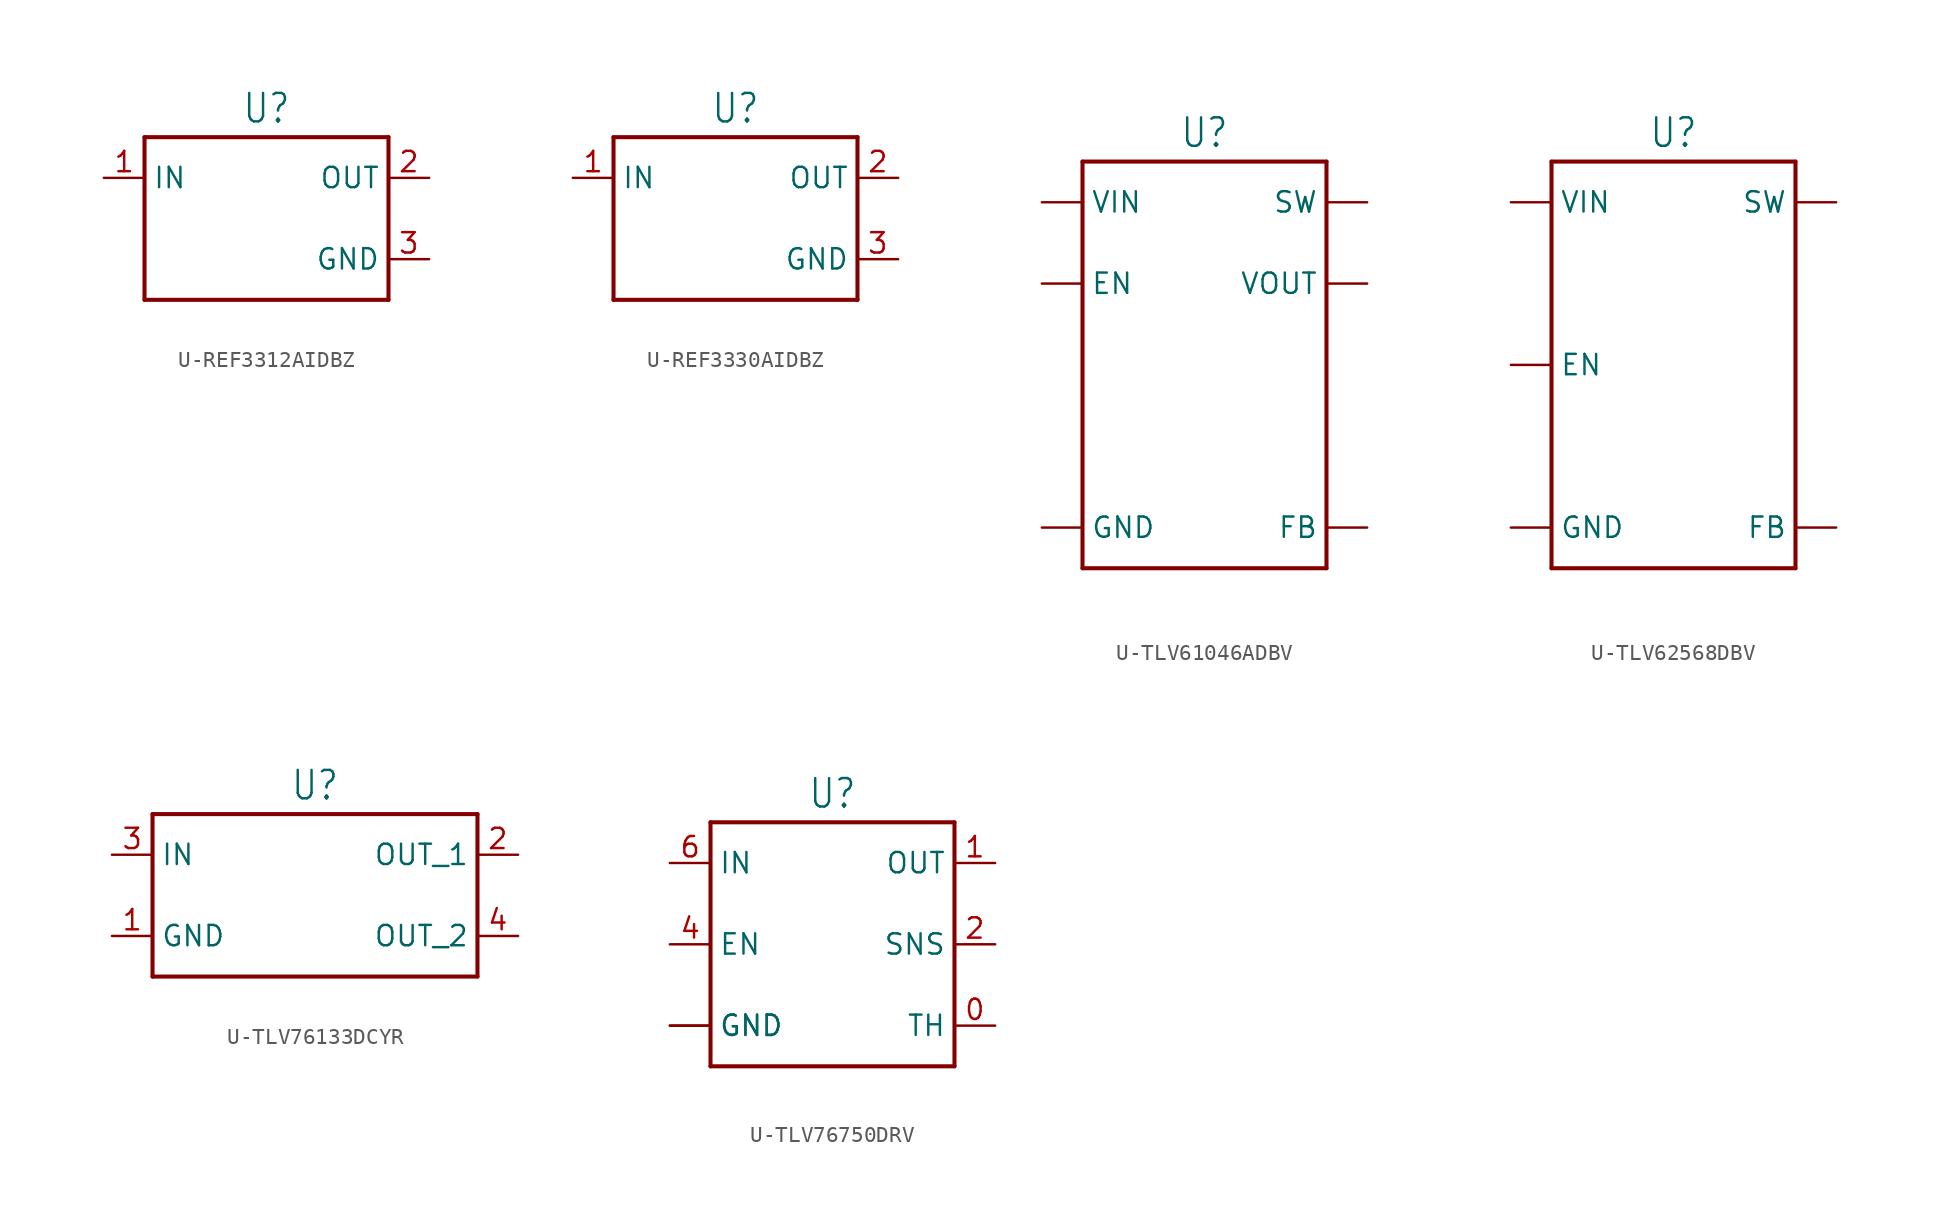
<source format=kicad_sym>
(kicad_symbol_lib
  (version 20231120)
  (generator "kicad_symbol_editor")
  (generator_version "8.0")
  (symbol "U-REF3312AIDBZ"
    (property "Reference" "U"
      (at 0 3.302 0)
      (effects (font (size 1.778 1.511)) (justify bottom)))
    (property "Value" ""
      (at 0 -8.382 0)
      (effects (font (size 1.778 1.511)) (justify top)))
    (property "ki_locked" ""
      (at 0 0 0)
      (effects (font (size 1.27 1.27))))
    (symbol "U-REF3312AIDBZ_1_0"
      (polyline (pts (xy -7.62 -7.62) (xy -7.62 2.54)) (stroke (width 0.254) (type solid)) (fill (type none)))
      (polyline (pts (xy -7.62 2.54) (xy 7.62 2.54)) (stroke (width 0.254) (type solid)) (fill (type none)))
      (polyline (pts (xy 7.62 -7.62) (xy -7.62 -7.62)) (stroke (width 0.254) (type solid)) (fill (type none)))
      (polyline (pts (xy 7.62 2.54) (xy 7.62 -7.62)) (stroke (width 0.254) (type solid)) (fill (type none)))
      (pin passive line (at -10.16 0 0) (length 2.54) (name "IN" (effects (font (size 1.27 1.27)))) (number "1" (effects (font (size 1.27 1.27)))))
      (pin passive line (at 10.16 0 180) (length 2.54) (name "OUT" (effects (font (size 1.27 1.27)))) (number "2" (effects (font (size 1.27 1.27)))))
      (pin passive line (at 10.16 -5.08 180) (length 2.54) (name "GND" (effects (font (size 1.27 1.27)))) (number "3" (effects (font (size 1.27 1.27)))))))
  (symbol "U-REF3330AIDBZ"
    (property "Reference" "U"
      (at 0 3.302 0)
      (effects (font (size 1.778 1.511)) (justify bottom)))
    (property "Value" ""
      (at 0 -8.382 0)
      (effects (font (size 1.778 1.511)) (justify top)))
    (property "ki_locked" ""
      (at 0 0 0)
      (effects (font (size 1.27 1.27))))
    (symbol "U-REF3330AIDBZ_1_0"
      (polyline (pts (xy -7.62 -7.62) (xy -7.62 2.54)) (stroke (width 0.254) (type solid)) (fill (type none)))
      (polyline (pts (xy -7.62 2.54) (xy 7.62 2.54)) (stroke (width 0.254) (type solid)) (fill (type none)))
      (polyline (pts (xy 7.62 -7.62) (xy -7.62 -7.62)) (stroke (width 0.254) (type solid)) (fill (type none)))
      (polyline (pts (xy 7.62 2.54) (xy 7.62 -7.62)) (stroke (width 0.254) (type solid)) (fill (type none)))
      (pin passive line (at -10.16 0 0) (length 2.54) (name "IN" (effects (font (size 1.27 1.27)))) (number "1" (effects (font (size 1.27 1.27)))))
      (pin passive line (at 10.16 0 180) (length 2.54) (name "OUT" (effects (font (size 1.27 1.27)))) (number "2" (effects (font (size 1.27 1.27)))))
      (pin passive line (at 10.16 -5.08 180) (length 2.54) (name "GND" (effects (font (size 1.27 1.27)))) (number "3" (effects (font (size 1.27 1.27)))))))
  (symbol "U-TLV61046ADBV"
    (property "Reference" "U"
      (at 0 13.462 0)
      (effects (font (size 1.778 1.511)) (justify bottom)))
    (property "Value" ""
      (at 0 -13.462 0)
      (effects (font (size 1.778 1.511)) (justify top)))
    (property "ki_locked" ""
      (at 0 0 0)
      (effects (font (size 1.27 1.27))))
    (symbol "U-TLV61046ADBV_1_0"
      (polyline (pts (xy -7.62 -12.7) (xy 7.62 -12.7)) (stroke (width 0.254) (type solid)) (fill (type none)))
      (polyline (pts (xy -7.62 12.7) (xy -7.62 -12.7)) (stroke (width 0.254) (type solid)) (fill (type none)))
      (polyline (pts (xy 7.62 -12.7) (xy 7.62 12.7)) (stroke (width 0.254) (type solid)) (fill (type none)))
      (polyline (pts (xy 7.62 12.7) (xy -7.62 12.7)) (stroke (width 0.254) (type solid)) (fill (type none)))
      (pin passive line (at 10.16 10.16 180) (length 2.54) (name "SW" (effects (font (size 1.27 1.27)))) (number "1" (effects (font (size 0 0)))))
      (pin passive line (at -10.16 -10.16 0) (length 2.54) (name "GND" (effects (font (size 1.27 1.27)))) (number "2" (effects (font (size 0 0)))))
      (pin passive line (at 10.16 -10.16 180) (length 2.54) (name "FB" (effects (font (size 1.27 1.27)))) (number "3" (effects (font (size 0 0)))))
      (pin passive line (at -10.16 5.08 0) (length 2.54) (name "EN" (effects (font (size 1.27 1.27)))) (number "4" (effects (font (size 0 0)))))
      (pin passive line (at 10.16 5.08 180) (length 2.54) (name "VOUT" (effects (font (size 1.27 1.27)))) (number "5" (effects (font (size 0 0)))))
      (pin passive line (at -10.16 10.16 0) (length 2.54) (name "VIN" (effects (font (size 1.27 1.27)))) (number "6" (effects (font (size 0 0)))))))
  (symbol "U-TLV62568DBV"
    (property "Reference" "U"
      (at 0 13.462 0)
      (effects (font (size 1.778 1.511)) (justify bottom)))
    (property "Value" ""
      (at 0 -13.462 0)
      (effects (font (size 1.778 1.511)) (justify top)))
    (property "ki_locked" ""
      (at 0 0 0)
      (effects (font (size 1.27 1.27))))
    (symbol "U-TLV62568DBV_1_0"
      (polyline (pts (xy -7.62 -12.7) (xy 7.62 -12.7)) (stroke (width 0.254) (type solid)) (fill (type none)))
      (polyline (pts (xy -7.62 12.7) (xy -7.62 -12.7)) (stroke (width 0.254) (type solid)) (fill (type none)))
      (polyline (pts (xy 7.62 -12.7) (xy 7.62 12.7)) (stroke (width 0.254) (type solid)) (fill (type none)))
      (polyline (pts (xy 7.62 12.7) (xy -7.62 12.7)) (stroke (width 0.254) (type solid)) (fill (type none)))
      (pin passive line (at -10.16 0 0) (length 2.54) (name "EN" (effects (font (size 1.27 1.27)))) (number "1" (effects (font (size 0 0)))))
      (pin passive line (at -10.16 -10.16 0) (length 2.54) (name "GND" (effects (font (size 1.27 1.27)))) (number "2" (effects (font (size 0 0)))))
      (pin passive line (at 10.16 10.16 180) (length 2.54) (name "SW" (effects (font (size 1.27 1.27)))) (number "3" (effects (font (size 0 0)))))
      (pin passive line (at -10.16 10.16 0) (length 2.54) (name "VIN" (effects (font (size 1.27 1.27)))) (number "4" (effects (font (size 0 0)))))
      (pin passive line (at 10.16 -10.16 180) (length 2.54) (name "FB" (effects (font (size 1.27 1.27)))) (number "5" (effects (font (size 0 0)))))))
  (symbol "U-TLV76133DCYR"
    (property "Reference" "U"
      (at 0 5.842 0)
      (effects (font (size 1.778 1.511)) (justify bottom)))
    (property "Value" ""
      (at 0 -5.842 0)
      (effects (font (size 1.778 1.511)) (justify top)))
    (property "ki_locked" ""
      (at 0 0 0)
      (effects (font (size 1.27 1.27))))
    (symbol "U-TLV76133DCYR_1_0"
      (polyline (pts (xy -10.16 -5.08) (xy 10.16 -5.08)) (stroke (width 0.254) (type solid)) (fill (type none)))
      (polyline (pts (xy -10.16 5.08) (xy -10.16 -5.08)) (stroke (width 0.254) (type solid)) (fill (type none)))
      (polyline (pts (xy 10.16 -5.08) (xy 10.16 5.08)) (stroke (width 0.254) (type solid)) (fill (type none)))
      (polyline (pts (xy 10.16 5.08) (xy -10.16 5.08)) (stroke (width 0.254) (type solid)) (fill (type none)))
      (pin passive line (at -12.7 -2.54 0) (length 2.54) (name "GND" (effects (font (size 1.27 1.27)))) (number "1" (effects (font (size 1.27 1.27)))))
      (pin passive line (at 12.7 2.54 180) (length 2.54) (name "OUT_1" (effects (font (size 1.27 1.27)))) (number "2" (effects (font (size 1.27 1.27)))))
      (pin passive line (at -12.7 2.54 0) (length 2.54) (name "IN" (effects (font (size 1.27 1.27)))) (number "3" (effects (font (size 1.27 1.27)))))
      (pin passive line (at 12.7 -2.54 180) (length 2.54) (name "OUT_2" (effects (font (size 1.27 1.27)))) (number "4" (effects (font (size 1.27 1.27)))))))
  (symbol "U-TLV76750DRV"
    (property "Reference" "U"
      (at 0 8.382 0)
      (effects (font (size 1.778 1.511)) (justify bottom)))
    (property "Value" ""
      (at 0 -8.382 0)
      (effects (font (size 1.778 1.511)) (justify top)))
    (property "ki_locked" ""
      (at 0 0 0)
      (effects (font (size 1.27 1.27))))
    (symbol "U-TLV76750DRV_1_0"
      (polyline (pts (xy -7.62 -7.62) (xy -7.62 7.62)) (stroke (width 0.254) (type solid)) (fill (type none)))
      (polyline (pts (xy -7.62 7.62) (xy 7.62 7.62)) (stroke (width 0.254) (type solid)) (fill (type none)))
      (polyline (pts (xy 7.62 -7.62) (xy -7.62 -7.62)) (stroke (width 0.254) (type solid)) (fill (type none)))
      (polyline (pts (xy 7.62 7.62) (xy 7.62 -7.62)) (stroke (width 0.254) (type solid)) (fill (type none)))
      (pin passive line (at 10.16 -5.08 180) (length 2.54) (name "TH" (effects (font (size 1.27 1.27)))) (number "0" (effects (font (size 1.27 1.27)))))
      (pin passive line (at 10.16 5.08 180) (length 2.54) (name "OUT" (effects (font (size 1.27 1.27)))) (number "1" (effects (font (size 1.27 1.27)))))
      (pin passive line (at 10.16 0 180) (length 2.54) (name "SNS" (effects (font (size 1.27 1.27)))) (number "2" (effects (font (size 1.27 1.27)))))
      (pin passive line (at -10.16 -5.08 0) (length 2.54) (name "GND" (effects (font (size 1.27 1.27)))) (number "3" (effects (font (size 0 0)))))
      (pin passive line (at -10.16 0 0) (length 2.54) (name "EN" (effects (font (size 1.27 1.27)))) (number "4" (effects (font (size 1.27 1.27)))))
      (pin passive line (at -10.16 -5.08 0) (length 2.54) (name "GND" (effects (font (size 1.27 1.27)))) (number "5" (effects (font (size 0 0)))))
      (pin passive line (at -10.16 5.08 0) (length 2.54) (name "IN" (effects (font (size 1.27 1.27)))) (number "6" (effects (font (size 1.27 1.27))))))))
</source>
